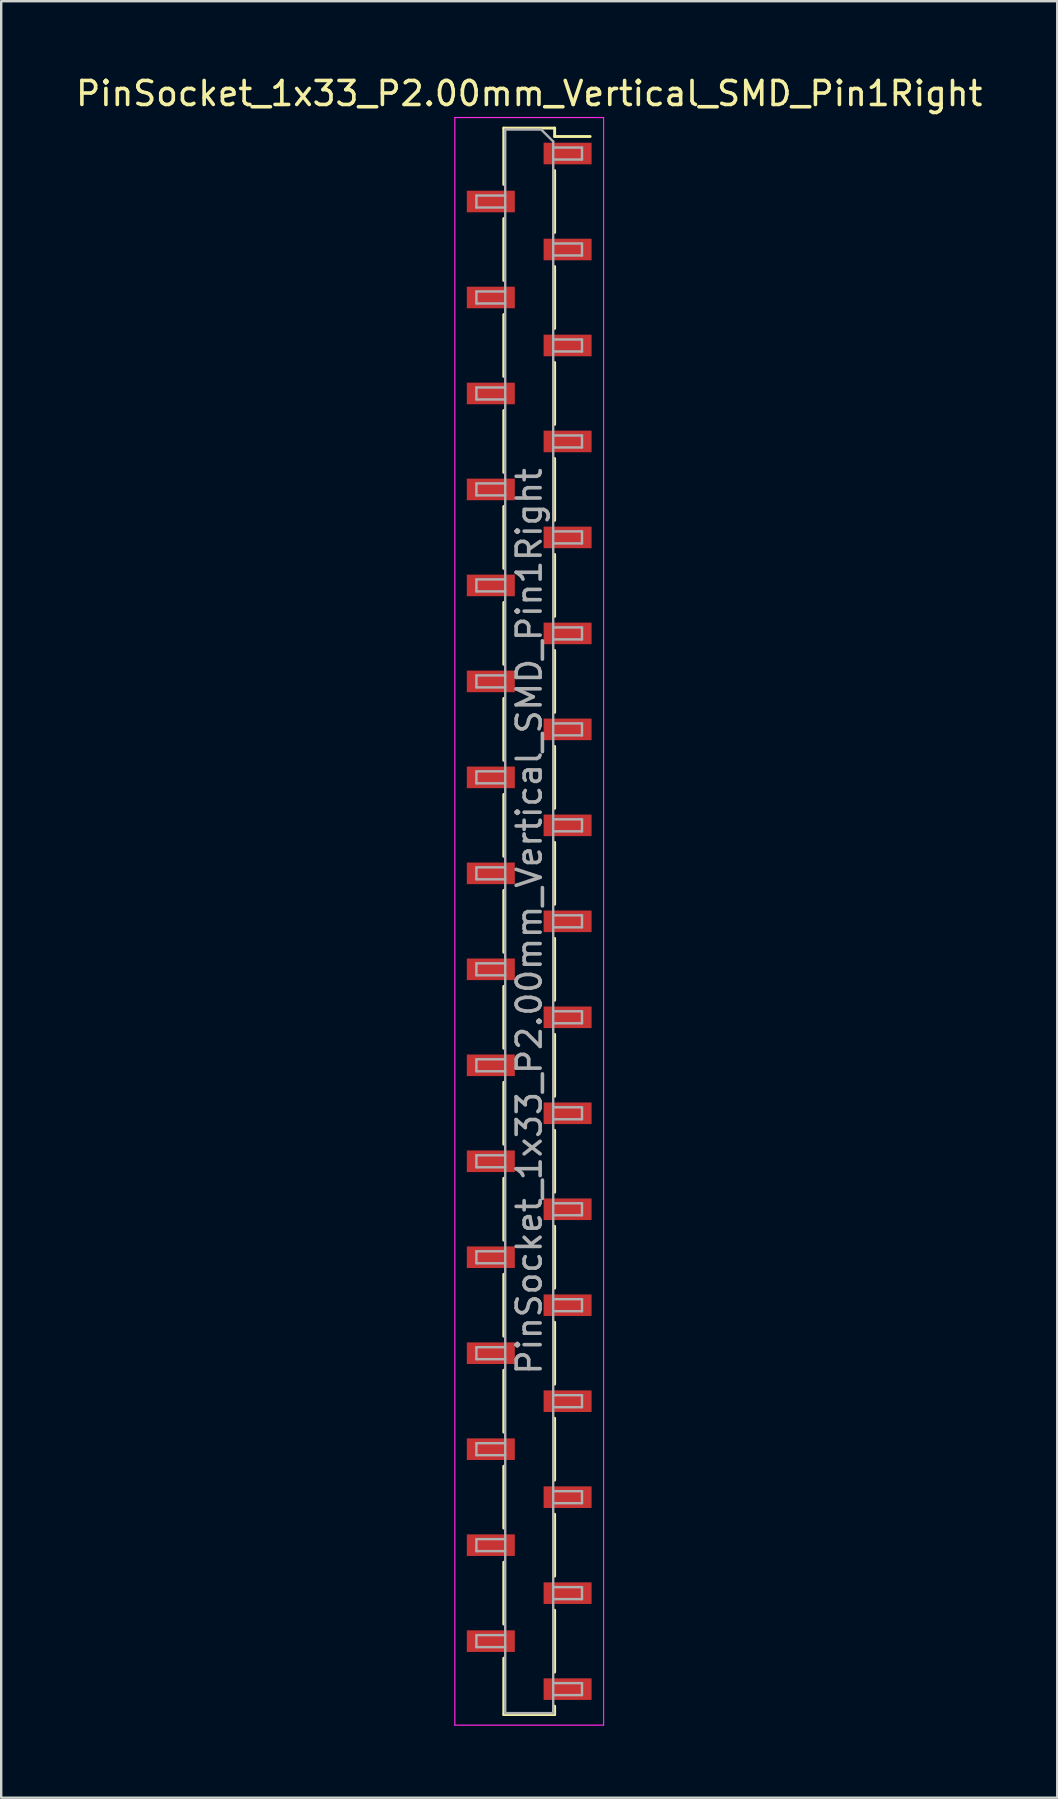
<source format=kicad_pcb>
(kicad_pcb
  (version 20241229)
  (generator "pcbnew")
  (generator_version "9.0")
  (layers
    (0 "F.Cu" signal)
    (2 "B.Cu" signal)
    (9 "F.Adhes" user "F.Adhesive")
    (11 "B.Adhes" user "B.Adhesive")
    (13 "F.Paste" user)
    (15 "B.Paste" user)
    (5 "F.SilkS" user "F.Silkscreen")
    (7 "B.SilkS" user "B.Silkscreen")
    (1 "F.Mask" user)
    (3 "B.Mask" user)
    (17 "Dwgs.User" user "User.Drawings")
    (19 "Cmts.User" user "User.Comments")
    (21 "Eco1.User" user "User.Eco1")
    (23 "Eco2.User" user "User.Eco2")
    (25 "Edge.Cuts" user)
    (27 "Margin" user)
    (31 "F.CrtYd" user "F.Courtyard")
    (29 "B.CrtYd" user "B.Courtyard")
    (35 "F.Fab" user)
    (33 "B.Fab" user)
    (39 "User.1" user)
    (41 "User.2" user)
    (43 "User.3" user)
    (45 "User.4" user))
  (footprint "PinSocket_1x33_P2.00mm_Vertical_SMD_Pin1Right"
    (layer "F.Cu")
    (at 19.006 35.348)
    (property "Reference" "PinSocket_1x33_P2.00mm_Vertical_SMD_Pin1Right" (at 0 -34.5 0) (layer "F.SilkS") (effects (font (size 1 1) (thickness 0.15))))
    (attr smd)
    (fp_line (start -1.06 -33.06) (end -1.06 -30.71) (stroke (width 0.12) (type solid)) (layer "F.SilkS"))
    (fp_line (start -1.06 -33.06) (end 1.06 -33.06) (stroke (width 0.12) (type solid)) (layer "F.SilkS"))
    (fp_line (start -1.06 -29.29) (end -1.06 -26.71) (stroke (width 0.12) (type solid)) (layer "F.SilkS"))
    (fp_line (start -1.06 -25.29) (end -1.06 -22.71) (stroke (width 0.12) (type solid)) (layer "F.SilkS"))
    (fp_line (start -1.06 -21.29) (end -1.06 -18.71) (stroke (width 0.12) (type solid)) (layer "F.SilkS"))
    (fp_line (start -1.06 -17.29) (end -1.06 -14.71) (stroke (width 0.12) (type solid)) (layer "F.SilkS"))
    (fp_line (start -1.06 -13.29) (end -1.06 -10.71) (stroke (width 0.12) (type solid)) (layer "F.SilkS"))
    (fp_line (start -1.06 -9.29) (end -1.06 -6.71) (stroke (width 0.12) (type solid)) (layer "F.SilkS"))
    (fp_line (start -1.06 -5.29) (end -1.06 -2.71) (stroke (width 0.12) (type solid)) (layer "F.SilkS"))
    (fp_line (start -1.06 -1.29) (end -1.06 1.29) (stroke (width 0.12) (type solid)) (layer "F.SilkS"))
    (fp_line (start -1.06 2.71) (end -1.06 5.29) (stroke (width 0.12) (type solid)) (layer "F.SilkS"))
    (fp_line (start -1.06 6.71) (end -1.06 9.29) (stroke (width 0.12) (type solid)) (layer "F.SilkS"))
    (fp_line (start -1.06 10.71) (end -1.06 13.29) (stroke (width 0.12) (type solid)) (layer "F.SilkS"))
    (fp_line (start -1.06 14.71) (end -1.06 17.29) (stroke (width 0.12) (type solid)) (layer "F.SilkS"))
    (fp_line (start -1.06 18.71) (end -1.06 21.29) (stroke (width 0.12) (type solid)) (layer "F.SilkS"))
    (fp_line (start -1.06 22.71) (end -1.06 25.29) (stroke (width 0.12) (type solid)) (layer "F.SilkS"))
    (fp_line (start -1.06 26.71) (end -1.06 29.29) (stroke (width 0.12) (type solid)) (layer "F.SilkS"))
    (fp_line (start -1.06 30.71) (end -1.06 33.06) (stroke (width 0.12) (type solid)) (layer "F.SilkS"))
    (fp_line (start -1.06 33.06) (end 1.06 33.06) (stroke (width 0.12) (type solid)) (layer "F.SilkS"))
    (fp_line (start 1.06 -33.06) (end 1.06 -32.71) (stroke (width 0.12) (type solid)) (layer "F.SilkS"))
    (fp_line (start 1.06 -32.71) (end 2.54 -32.71) (stroke (width 0.12) (type solid)) (layer "F.SilkS"))
    (fp_line (start 1.06 -31.29) (end 1.06 -28.71) (stroke (width 0.12) (type solid)) (layer "F.SilkS"))
    (fp_line (start 1.06 -27.29) (end 1.06 -24.71) (stroke (width 0.12) (type solid)) (layer "F.SilkS"))
    (fp_line (start 1.06 -23.29) (end 1.06 -20.71) (stroke (width 0.12) (type solid)) (layer "F.SilkS"))
    (fp_line (start 1.06 -19.29) (end 1.06 -16.71) (stroke (width 0.12) (type solid)) (layer "F.SilkS"))
    (fp_line (start 1.06 -15.29) (end 1.06 -12.71) (stroke (width 0.12) (type solid)) (layer "F.SilkS"))
    (fp_line (start 1.06 -11.29) (end 1.06 -8.71) (stroke (width 0.12) (type solid)) (layer "F.SilkS"))
    (fp_line (start 1.06 -7.29) (end 1.06 -4.71) (stroke (width 0.12) (type solid)) (layer "F.SilkS"))
    (fp_line (start 1.06 -3.29) (end 1.06 -0.71) (stroke (width 0.12) (type solid)) (layer "F.SilkS"))
    (fp_line (start 1.06 0.71) (end 1.06 3.29) (stroke (width 0.12) (type solid)) (layer "F.SilkS"))
    (fp_line (start 1.06 4.71) (end 1.06 7.29) (stroke (width 0.12) (type solid)) (layer "F.SilkS"))
    (fp_line (start 1.06 8.71) (end 1.06 11.29) (stroke (width 0.12) (type solid)) (layer "F.SilkS"))
    (fp_line (start 1.06 12.71) (end 1.06 15.29) (stroke (width 0.12) (type solid)) (layer "F.SilkS"))
    (fp_line (start 1.06 16.71) (end 1.06 19.29) (stroke (width 0.12) (type solid)) (layer "F.SilkS"))
    (fp_line (start 1.06 20.71) (end 1.06 23.29) (stroke (width 0.12) (type solid)) (layer "F.SilkS"))
    (fp_line (start 1.06 24.71) (end 1.06 27.29) (stroke (width 0.12) (type solid)) (layer "F.SilkS"))
    (fp_line (start 1.06 28.71) (end 1.06 31.29) (stroke (width 0.12) (type solid)) (layer "F.SilkS"))
    (fp_line (start 1.06 32.71) (end 1.06 33.06) (stroke (width 0.12) (type solid)) (layer "F.SilkS"))
    (fp_line (start -3.1 -33.5) (end 3.1 -33.5) (stroke (width 0.05) (type solid)) (layer "F.CrtYd"))
    (fp_line (start -3.1 33.5) (end -3.1 -33.5) (stroke (width 0.05) (type solid)) (layer "F.CrtYd"))
    (fp_line (start 3.1 -33.5) (end 3.1 33.5) (stroke (width 0.05) (type solid)) (layer "F.CrtYd"))
    (fp_line (start 3.1 33.5) (end -3.1 33.5) (stroke (width 0.05) (type solid)) (layer "F.CrtYd"))
    (fp_line (start -2.2 -30.25) (end -1 -30.25) (stroke (width 0.1) (type solid)) (layer "F.Fab"))
    (fp_line (start -2.2 -29.75) (end -2.2 -30.25) (stroke (width 0.1) (type solid)) (layer "F.Fab"))
    (fp_line (start -2.2 -26.25) (end -1 -26.25) (stroke (width 0.1) (type solid)) (layer "F.Fab"))
    (fp_line (start -2.2 -25.75) (end -2.2 -26.25) (stroke (width 0.1) (type solid)) (layer "F.Fab"))
    (fp_line (start -2.2 -22.25) (end -1 -22.25) (stroke (width 0.1) (type solid)) (layer "F.Fab"))
    (fp_line (start -2.2 -21.75) (end -2.2 -22.25) (stroke (width 0.1) (type solid)) (layer "F.Fab"))
    (fp_line (start -2.2 -18.25) (end -1 -18.25) (stroke (width 0.1) (type solid)) (layer "F.Fab"))
    (fp_line (start -2.2 -17.75) (end -2.2 -18.25) (stroke (width 0.1) (type solid)) (layer "F.Fab"))
    (fp_line (start -2.2 -14.25) (end -1 -14.25) (stroke (width 0.1) (type solid)) (layer "F.Fab"))
    (fp_line (start -2.2 -13.75) (end -2.2 -14.25) (stroke (width 0.1) (type solid)) (layer "F.Fab"))
    (fp_line (start -2.2 -10.25) (end -1 -10.25) (stroke (width 0.1) (type solid)) (layer "F.Fab"))
    (fp_line (start -2.2 -9.75) (end -2.2 -10.25) (stroke (width 0.1) (type solid)) (layer "F.Fab"))
    (fp_line (start -2.2 -6.25) (end -1 -6.25) (stroke (width 0.1) (type solid)) (layer "F.Fab"))
    (fp_line (start -2.2 -5.75) (end -2.2 -6.25) (stroke (width 0.1) (type solid)) (layer "F.Fab"))
    (fp_line (start -2.2 -2.25) (end -1 -2.25) (stroke (width 0.1) (type solid)) (layer "F.Fab"))
    (fp_line (start -2.2 -1.75) (end -2.2 -2.25) (stroke (width 0.1) (type solid)) (layer "F.Fab"))
    (fp_line (start -2.2 1.75) (end -1 1.75) (stroke (width 0.1) (type solid)) (layer "F.Fab"))
    (fp_line (start -2.2 2.25) (end -2.2 1.75) (stroke (width 0.1) (type solid)) (layer "F.Fab"))
    (fp_line (start -2.2 5.75) (end -1 5.75) (stroke (width 0.1) (type solid)) (layer "F.Fab"))
    (fp_line (start -2.2 6.25) (end -2.2 5.75) (stroke (width 0.1) (type solid)) (layer "F.Fab"))
    (fp_line (start -2.2 9.75) (end -1 9.75) (stroke (width 0.1) (type solid)) (layer "F.Fab"))
    (fp_line (start -2.2 10.25) (end -2.2 9.75) (stroke (width 0.1) (type solid)) (layer "F.Fab"))
    (fp_line (start -2.2 13.75) (end -1 13.75) (stroke (width 0.1) (type solid)) (layer "F.Fab"))
    (fp_line (start -2.2 14.25) (end -2.2 13.75) (stroke (width 0.1) (type solid)) (layer "F.Fab"))
    (fp_line (start -2.2 17.75) (end -1 17.75) (stroke (width 0.1) (type solid)) (layer "F.Fab"))
    (fp_line (start -2.2 18.25) (end -2.2 17.75) (stroke (width 0.1) (type solid)) (layer "F.Fab"))
    (fp_line (start -2.2 21.75) (end -1 21.75) (stroke (width 0.1) (type solid)) (layer "F.Fab"))
    (fp_line (start -2.2 22.25) (end -2.2 21.75) (stroke (width 0.1) (type solid)) (layer "F.Fab"))
    (fp_line (start -2.2 25.75) (end -1 25.75) (stroke (width 0.1) (type solid)) (layer "F.Fab"))
    (fp_line (start -2.2 26.25) (end -2.2 25.75) (stroke (width 0.1) (type solid)) (layer "F.Fab"))
    (fp_line (start -2.2 29.75) (end -1 29.75) (stroke (width 0.1) (type solid)) (layer "F.Fab"))
    (fp_line (start -2.2 30.25) (end -2.2 29.75) (stroke (width 0.1) (type solid)) (layer "F.Fab"))
    (fp_line (start -1 -33) (end 0.5 -33) (stroke (width 0.1) (type solid)) (layer "F.Fab"))
    (fp_line (start -1 -29.75) (end -2.2 -29.75) (stroke (width 0.1) (type solid)) (layer "F.Fab"))
    (fp_line (start -1 -25.75) (end -2.2 -25.75) (stroke (width 0.1) (type solid)) (layer "F.Fab"))
    (fp_line (start -1 -21.75) (end -2.2 -21.75) (stroke (width 0.1) (type solid)) (layer "F.Fab"))
    (fp_line (start -1 -17.75) (end -2.2 -17.75) (stroke (width 0.1) (type solid)) (layer "F.Fab"))
    (fp_line (start -1 -13.75) (end -2.2 -13.75) (stroke (width 0.1) (type solid)) (layer "F.Fab"))
    (fp_line (start -1 -9.75) (end -2.2 -9.75) (stroke (width 0.1) (type solid)) (layer "F.Fab"))
    (fp_line (start -1 -5.75) (end -2.2 -5.75) (stroke (width 0.1) (type solid)) (layer "F.Fab"))
    (fp_line (start -1 -1.75) (end -2.2 -1.75) (stroke (width 0.1) (type solid)) (layer "F.Fab"))
    (fp_line (start -1 2.25) (end -2.2 2.25) (stroke (width 0.1) (type solid)) (layer "F.Fab"))
    (fp_line (start -1 6.25) (end -2.2 6.25) (stroke (width 0.1) (type solid)) (layer "F.Fab"))
    (fp_line (start -1 10.25) (end -2.2 10.25) (stroke (width 0.1) (type solid)) (layer "F.Fab"))
    (fp_line (start -1 14.25) (end -2.2 14.25) (stroke (width 0.1) (type solid)) (layer "F.Fab"))
    (fp_line (start -1 18.25) (end -2.2 18.25) (stroke (width 0.1) (type solid)) (layer "F.Fab"))
    (fp_line (start -1 22.25) (end -2.2 22.25) (stroke (width 0.1) (type solid)) (layer "F.Fab"))
    (fp_line (start -1 26.25) (end -2.2 26.25) (stroke (width 0.1) (type solid)) (layer "F.Fab"))
    (fp_line (start -1 30.25) (end -2.2 30.25) (stroke (width 0.1) (type solid)) (layer "F.Fab"))
    (fp_line (start -1 33) (end -1 -33) (stroke (width 0.1) (type solid)) (layer "F.Fab"))
    (fp_line (start 0.5 -33) (end 1 -32.5) (stroke (width 0.1) (type solid)) (layer "F.Fab"))
    (fp_line (start 1 -32.5) (end 1 33) (stroke (width 0.1) (type solid)) (layer "F.Fab"))
    (fp_line (start 1 -32.25) (end 2.2 -32.25) (stroke (width 0.1) (type solid)) (layer "F.Fab"))
    (fp_line (start 1 -28.25) (end 2.2 -28.25) (stroke (width 0.1) (type solid)) (layer "F.Fab"))
    (fp_line (start 1 -24.25) (end 2.2 -24.25) (stroke (width 0.1) (type solid)) (layer "F.Fab"))
    (fp_line (start 1 -20.25) (end 2.2 -20.25) (stroke (width 0.1) (type solid)) (layer "F.Fab"))
    (fp_line (start 1 -16.25) (end 2.2 -16.25) (stroke (width 0.1) (type solid)) (layer "F.Fab"))
    (fp_line (start 1 -12.25) (end 2.2 -12.25) (stroke (width 0.1) (type solid)) (layer "F.Fab"))
    (fp_line (start 1 -8.25) (end 2.2 -8.25) (stroke (width 0.1) (type solid)) (layer "F.Fab"))
    (fp_line (start 1 -4.25) (end 2.2 -4.25) (stroke (width 0.1) (type solid)) (layer "F.Fab"))
    (fp_line (start 1 -0.25) (end 2.2 -0.25) (stroke (width 0.1) (type solid)) (layer "F.Fab"))
    (fp_line (start 1 3.75) (end 2.2 3.75) (stroke (width 0.1) (type solid)) (layer "F.Fab"))
    (fp_line (start 1 7.75) (end 2.2 7.75) (stroke (width 0.1) (type solid)) (layer "F.Fab"))
    (fp_line (start 1 11.75) (end 2.2 11.75) (stroke (width 0.1) (type solid)) (layer "F.Fab"))
    (fp_line (start 1 15.75) (end 2.2 15.75) (stroke (width 0.1) (type solid)) (layer "F.Fab"))
    (fp_line (start 1 19.75) (end 2.2 19.75) (stroke (width 0.1) (type solid)) (layer "F.Fab"))
    (fp_line (start 1 23.75) (end 2.2 23.75) (stroke (width 0.1) (type solid)) (layer "F.Fab"))
    (fp_line (start 1 27.75) (end 2.2 27.75) (stroke (width 0.1) (type solid)) (layer "F.Fab"))
    (fp_line (start 1 31.75) (end 2.2 31.75) (stroke (width 0.1) (type solid)) (layer "F.Fab"))
    (fp_line (start 1 33) (end -1 33) (stroke (width 0.1) (type solid)) (layer "F.Fab"))
    (fp_line (start 2.2 -32.25) (end 2.2 -31.75) (stroke (width 0.1) (type solid)) (layer "F.Fab"))
    (fp_line (start 2.2 -31.75) (end 1 -31.75) (stroke (width 0.1) (type solid)) (layer "F.Fab"))
    (fp_line (start 2.2 -28.25) (end 2.2 -27.75) (stroke (width 0.1) (type solid)) (layer "F.Fab"))
    (fp_line (start 2.2 -27.75) (end 1 -27.75) (stroke (width 0.1) (type solid)) (layer "F.Fab"))
    (fp_line (start 2.2 -24.25) (end 2.2 -23.75) (stroke (width 0.1) (type solid)) (layer "F.Fab"))
    (fp_line (start 2.2 -23.75) (end 1 -23.75) (stroke (width 0.1) (type solid)) (layer "F.Fab"))
    (fp_line (start 2.2 -20.25) (end 2.2 -19.75) (stroke (width 0.1) (type solid)) (layer "F.Fab"))
    (fp_line (start 2.2 -19.75) (end 1 -19.75) (stroke (width 0.1) (type solid)) (layer "F.Fab"))
    (fp_line (start 2.2 -16.25) (end 2.2 -15.75) (stroke (width 0.1) (type solid)) (layer "F.Fab"))
    (fp_line (start 2.2 -15.75) (end 1 -15.75) (stroke (width 0.1) (type solid)) (layer "F.Fab"))
    (fp_line (start 2.2 -12.25) (end 2.2 -11.75) (stroke (width 0.1) (type solid)) (layer "F.Fab"))
    (fp_line (start 2.2 -11.75) (end 1 -11.75) (stroke (width 0.1) (type solid)) (layer "F.Fab"))
    (fp_line (start 2.2 -8.25) (end 2.2 -7.75) (stroke (width 0.1) (type solid)) (layer "F.Fab"))
    (fp_line (start 2.2 -7.75) (end 1 -7.75) (stroke (width 0.1) (type solid)) (layer "F.Fab"))
    (fp_line (start 2.2 -4.25) (end 2.2 -3.75) (stroke (width 0.1) (type solid)) (layer "F.Fab"))
    (fp_line (start 2.2 -3.75) (end 1 -3.75) (stroke (width 0.1) (type solid)) (layer "F.Fab"))
    (fp_line (start 2.2 -0.25) (end 2.2 0.25) (stroke (width 0.1) (type solid)) (layer "F.Fab"))
    (fp_line (start 2.2 0.25) (end 1 0.25) (stroke (width 0.1) (type solid)) (layer "F.Fab"))
    (fp_line (start 2.2 3.75) (end 2.2 4.25) (stroke (width 0.1) (type solid)) (layer "F.Fab"))
    (fp_line (start 2.2 4.25) (end 1 4.25) (stroke (width 0.1) (type solid)) (layer "F.Fab"))
    (fp_line (start 2.2 7.75) (end 2.2 8.25) (stroke (width 0.1) (type solid)) (layer "F.Fab"))
    (fp_line (start 2.2 8.25) (end 1 8.25) (stroke (width 0.1) (type solid)) (layer "F.Fab"))
    (fp_line (start 2.2 11.75) (end 2.2 12.25) (stroke (width 0.1) (type solid)) (layer "F.Fab"))
    (fp_line (start 2.2 12.25) (end 1 12.25) (stroke (width 0.1) (type solid)) (layer "F.Fab"))
    (fp_line (start 2.2 15.75) (end 2.2 16.25) (stroke (width 0.1) (type solid)) (layer "F.Fab"))
    (fp_line (start 2.2 16.25) (end 1 16.25) (stroke (width 0.1) (type solid)) (layer "F.Fab"))
    (fp_line (start 2.2 19.75) (end 2.2 20.25) (stroke (width 0.1) (type solid)) (layer "F.Fab"))
    (fp_line (start 2.2 20.25) (end 1 20.25) (stroke (width 0.1) (type solid)) (layer "F.Fab"))
    (fp_line (start 2.2 23.75) (end 2.2 24.25) (stroke (width 0.1) (type solid)) (layer "F.Fab"))
    (fp_line (start 2.2 24.25) (end 1 24.25) (stroke (width 0.1) (type solid)) (layer "F.Fab"))
    (fp_line (start 2.2 27.75) (end 2.2 28.25) (stroke (width 0.1) (type solid)) (layer "F.Fab"))
    (fp_line (start 2.2 28.25) (end 1 28.25) (stroke (width 0.1) (type solid)) (layer "F.Fab"))
    (fp_line (start 2.2 31.75) (end 2.2 32.25) (stroke (width 0.1) (type solid)) (layer "F.Fab"))
    (fp_line (start 2.2 32.25) (end 1 32.25) (stroke (width 0.1) (type solid)) (layer "F.Fab"))
    (fp_text user "${REFERENCE}" (at 0 0 90) (layer "F.Fab") (effects (font (size 1 1) (thickness 0.15))))
    (pad "1" smd rect (at 1.6 -32) (size 2 0.9) (layers "F.Cu" "F.Mask" "F.Paste"))
    (pad "2" smd rect (at -1.6 -30) (size 2 0.9) (layers "F.Cu" "F.Mask" "F.Paste"))
    (pad "3" smd rect (at 1.6 -28) (size 2 0.9) (layers "F.Cu" "F.Mask" "F.Paste"))
    (pad "4" smd rect (at -1.6 -26) (size 2 0.9) (layers "F.Cu" "F.Mask" "F.Paste"))
    (pad "5" smd rect (at 1.6 -24) (size 2 0.9) (layers "F.Cu" "F.Mask" "F.Paste"))
    (pad "6" smd rect (at -1.6 -22) (size 2 0.9) (layers "F.Cu" "F.Mask" "F.Paste"))
    (pad "7" smd rect (at 1.6 -20) (size 2 0.9) (layers "F.Cu" "F.Mask" "F.Paste"))
    (pad "8" smd rect (at -1.6 -18) (size 2 0.9) (layers "F.Cu" "F.Mask" "F.Paste"))
    (pad "9" smd rect (at 1.6 -16) (size 2 0.9) (layers "F.Cu" "F.Mask" "F.Paste"))
    (pad "10" smd rect (at -1.6 -14) (size 2 0.9) (layers "F.Cu" "F.Mask" "F.Paste"))
    (pad "11" smd rect (at 1.6 -12) (size 2 0.9) (layers "F.Cu" "F.Mask" "F.Paste"))
    (pad "12" smd rect (at -1.6 -10) (size 2 0.9) (layers "F.Cu" "F.Mask" "F.Paste"))
    (pad "13" smd rect (at 1.6 -8) (size 2 0.9) (layers "F.Cu" "F.Mask" "F.Paste"))
    (pad "14" smd rect (at -1.6 -6) (size 2 0.9) (layers "F.Cu" "F.Mask" "F.Paste"))
    (pad "15" smd rect (at 1.6 -4) (size 2 0.9) (layers "F.Cu" "F.Mask" "F.Paste"))
    (pad "16" smd rect (at -1.6 -2) (size 2 0.9) (layers "F.Cu" "F.Mask" "F.Paste"))
    (pad "17" smd rect (at 1.6 0) (size 2 0.9) (layers "F.Cu" "F.Mask" "F.Paste"))
    (pad "18" smd rect (at -1.6 2) (size 2 0.9) (layers "F.Cu" "F.Mask" "F.Paste"))
    (pad "19" smd rect (at 1.6 4) (size 2 0.9) (layers "F.Cu" "F.Mask" "F.Paste"))
    (pad "20" smd rect (at -1.6 6) (size 2 0.9) (layers "F.Cu" "F.Mask" "F.Paste"))
    (pad "21" smd rect (at 1.6 8) (size 2 0.9) (layers "F.Cu" "F.Mask" "F.Paste"))
    (pad "22" smd rect (at -1.6 10) (size 2 0.9) (layers "F.Cu" "F.Mask" "F.Paste"))
    (pad "23" smd rect (at 1.6 12) (size 2 0.9) (layers "F.Cu" "F.Mask" "F.Paste"))
    (pad "24" smd rect (at -1.6 14) (size 2 0.9) (layers "F.Cu" "F.Mask" "F.Paste"))
    (pad "25" smd rect (at 1.6 16) (size 2 0.9) (layers "F.Cu" "F.Mask" "F.Paste"))
    (pad "26" smd rect (at -1.6 18) (size 2 0.9) (layers "F.Cu" "F.Mask" "F.Paste"))
    (pad "27" smd rect (at 1.6 20) (size 2 0.9) (layers "F.Cu" "F.Mask" "F.Paste"))
    (pad "28" smd rect (at -1.6 22) (size 2 0.9) (layers "F.Cu" "F.Mask" "F.Paste"))
    (pad "29" smd rect (at 1.6 24) (size 2 0.9) (layers "F.Cu" "F.Mask" "F.Paste"))
    (pad "30" smd rect (at -1.6 26) (size 2 0.9) (layers "F.Cu" "F.Mask" "F.Paste"))
    (pad "31" smd rect (at 1.6 28) (size 2 0.9) (layers "F.Cu" "F.Mask" "F.Paste"))
    (pad "32" smd rect (at -1.6 30) (size 2 0.9) (layers "F.Cu" "F.Mask" "F.Paste"))
    (pad "33" smd rect (at 1.6 32) (size 2 0.9) (layers "F.Cu" "F.Mask" "F.Paste")))
  (gr_rect
    (start -3 -3)
    (end 41.012 71.873)
    (stroke (width 0.1) (type default))
    (fill no)
    (layer "Edge.Cuts")))
</source>
